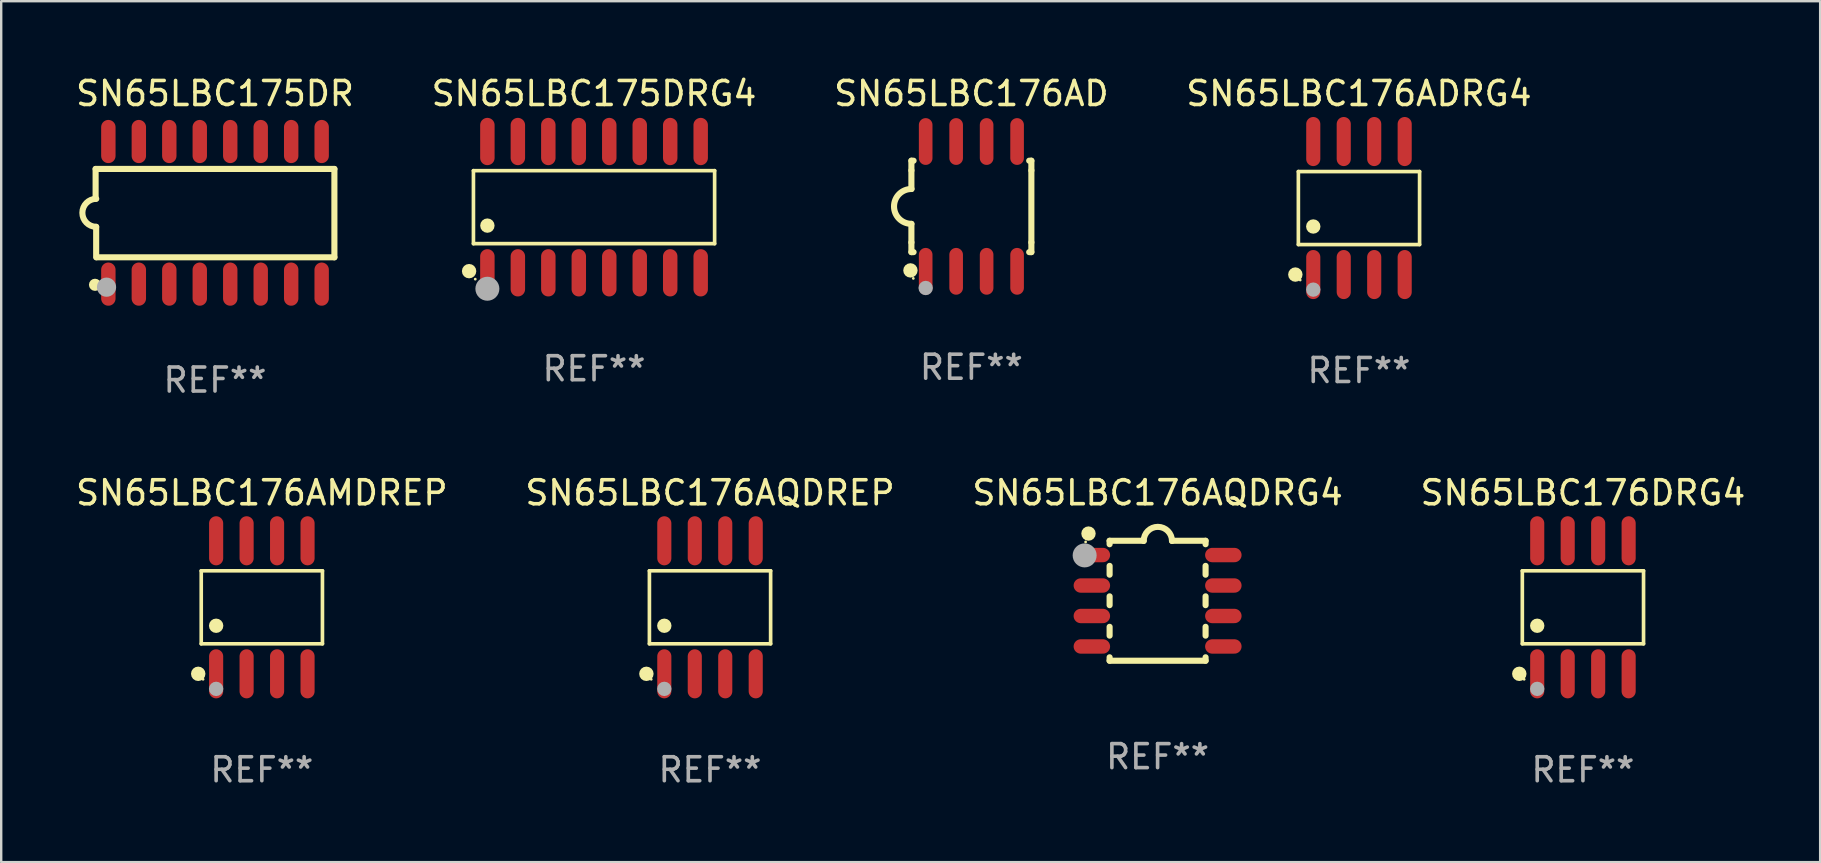
<source format=kicad_pcb>
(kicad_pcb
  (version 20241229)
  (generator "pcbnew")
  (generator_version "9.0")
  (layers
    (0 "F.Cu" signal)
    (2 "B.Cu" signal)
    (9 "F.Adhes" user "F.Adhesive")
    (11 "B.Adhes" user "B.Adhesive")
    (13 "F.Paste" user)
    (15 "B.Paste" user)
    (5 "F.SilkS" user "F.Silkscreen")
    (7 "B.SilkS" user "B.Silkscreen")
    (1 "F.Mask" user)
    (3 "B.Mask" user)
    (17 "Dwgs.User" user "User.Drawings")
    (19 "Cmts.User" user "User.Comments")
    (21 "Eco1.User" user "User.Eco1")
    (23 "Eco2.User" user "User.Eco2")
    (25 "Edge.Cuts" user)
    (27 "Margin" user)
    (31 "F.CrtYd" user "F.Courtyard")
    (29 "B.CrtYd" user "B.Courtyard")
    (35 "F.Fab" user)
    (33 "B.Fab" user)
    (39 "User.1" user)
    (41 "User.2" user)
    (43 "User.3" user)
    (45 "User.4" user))
  (footprint "SN65LBC176AQDRG4"
    (layer "F.Cu")
    (at 45.196 21.988)
    (property "Reference" "SN65LBC176AQDRG4" (at 0 -4.5 0) (layer "F.SilkS") (effects (font (size 1 1) (thickness 0.15))))
    (attr through_hole)
    (fp_line (start -2 -2.5) (end -2 -2.356) (stroke (width 0.254) (type solid)) (layer "F.SilkS"))
    (fp_line (start -2 -1.454) (end -2 -1.086) (stroke (width 0.254) (type solid)) (layer "F.SilkS"))
    (fp_line (start -2 -0.184) (end -2 0.184) (stroke (width 0.254) (type solid)) (layer "F.SilkS"))
    (fp_line (start -2 1.086) (end -2 1.454) (stroke (width 0.254) (type solid)) (layer "F.SilkS"))
    (fp_line (start -2 2.356) (end -2 2.5) (stroke (width 0.254) (type solid)) (layer "F.SilkS"))
    (fp_line (start -0.58 -2.5) (end -2 -2.5) (stroke (width 0.254) (type solid)) (layer "F.SilkS"))
    (fp_line (start 2 -2.5) (end 0.6 -2.5) (stroke (width 0.254) (type solid)) (layer "F.SilkS"))
    (fp_line (start 2 -2.5) (end 2 -2.356) (stroke (width 0.254) (type solid)) (layer "F.SilkS"))
    (fp_line (start 2 -1.454) (end 2 -1.086) (stroke (width 0.254) (type solid)) (layer "F.SilkS"))
    (fp_line (start 2 -0.184) (end 2 0.184) (stroke (width 0.254) (type solid)) (layer "F.SilkS"))
    (fp_line (start 2 1.086) (end 2 1.454) (stroke (width 0.254) (type solid)) (layer "F.SilkS"))
    (fp_line (start 2 2.356) (end 2 2.5) (stroke (width 0.254) (type solid)) (layer "F.SilkS"))
    (fp_line (start 2 2.5) (end -2 2.5) (stroke (width 0.254) (type solid)) (layer "F.SilkS"))
    (fp_arc (start -0.579908 -2.489992) (mid 0.010097 -3.07831) (end 0.600102 -2.489992) (stroke (width 0.254001) (type solid)) (layer "F.SilkS"))
    (fp_circle (center -3 -2.45) (end -2.97 -2.45) (stroke (width 0.06) (type solid)) (fill no) (layer "F.SilkS"))
    (fp_circle (center -2.88 -2.8) (end -2.73 -2.8) (stroke (width 0.3) (type solid)) (fill no) (layer "F.SilkS"))
    (fp_circle (center -3.04 -1.89) (end -2.79 -1.89) (stroke (width 0.5) (type solid)) (fill no) (layer "F.Fab"))
    (fp_text user "REF**" (at 0 6.5 0) (layer "F.Fab") (effects (font (size 1 1) (thickness 0.15))))
    (pad "1" smd oval (at -2.74 -1.905 90) (size 0.6 1.52) (layers "F.Cu" "F.Mask" "F.Paste"))
    (pad "2" smd oval (at -2.74 -0.635 90) (size 0.6 1.52) (layers "F.Cu" "F.Mask" "F.Paste"))
    (pad "3" smd oval (at -2.74 0.635 90) (size 0.6 1.52) (layers "F.Cu" "F.Mask" "F.Paste"))
    (pad "4" smd oval (at -2.74 1.905 90) (size 0.6 1.52) (layers "F.Cu" "F.Mask" "F.Paste"))
    (pad "5" smd oval (at 2.74 1.905 90) (size 0.6 1.52) (layers "F.Cu" "F.Mask" "F.Paste"))
    (pad "6" smd oval (at 2.74 0.635 90) (size 0.6 1.52) (layers "F.Cu" "F.Mask" "F.Paste"))
    (pad "7" smd oval (at 2.74 -0.635 90) (size 0.6 1.52) (layers "F.Cu" "F.Mask" "F.Paste"))
    (pad "8" smd oval (at 2.74 -1.905 90) (size 0.6 1.52) (layers "F.Cu" "F.Mask" "F.Paste")))
  (footprint "SN65LBC176ADRG4"
    (layer "F.Cu")
    (at 53.589 5.621)
    (property "Reference" "SN65LBC176ADRG4" (at 0 -4.772 0) (layer "F.SilkS") (effects (font (size 1 1) (thickness 0.15))))
    (attr through_hole)
    (fp_line (start -2.526 -1.521) (end 2.526 -1.521) (stroke (width 0.152) (type solid)) (layer "F.SilkS"))
    (fp_line (start -2.526 1.521) (end -2.526 -1.521) (stroke (width 0.152) (type solid)) (layer "F.SilkS"))
    (fp_line (start 2.526 -1.521) (end 2.526 1.521) (stroke (width 0.152) (type solid)) (layer "F.SilkS"))
    (fp_line (start 2.526 1.521) (end -2.526 1.521) (stroke (width 0.152) (type solid)) (layer "F.SilkS"))
    (fp_circle (center -2.652 2.772) (end -2.501 2.772) (stroke (width 0.3) (type solid)) (fill no) (layer "F.SilkS"))
    (fp_circle (center -2.45 3) (end -2.42 3) (stroke (width 0.06) (type solid)) (fill no) (layer "F.SilkS"))
    (fp_circle (center -1.905 0.769) (end -1.755 0.769) (stroke (width 0.3) (type solid)) (fill no) (layer "F.SilkS"))
    (fp_circle (center -1.905 3.4) (end -1.755 3.4) (stroke (width 0.3) (type solid)) (fill no) (layer "F.Fab"))
    (fp_text user "REF**" (at 0 6.772 0) (layer "F.Fab") (effects (font (size 1 1) (thickness 0.15))))
    (pad "1" smd oval (at -1.905 2.772) (size 0.588 2.045) (layers "F.Cu" "F.Mask" "F.Paste"))
    (pad "2" smd oval (at -0.635 2.772) (size 0.588 2.045) (layers "F.Cu" "F.Mask" "F.Paste"))
    (pad "3" smd oval (at 0.635 2.772) (size 0.588 2.045) (layers "F.Cu" "F.Mask" "F.Paste"))
    (pad "4" smd oval (at 1.905 2.772) (size 0.588 2.045) (layers "F.Cu" "F.Mask" "F.Paste"))
    (pad "5" smd oval (at 1.905 -2.772) (size 0.588 2.045) (layers "F.Cu" "F.Mask" "F.Paste"))
    (pad "6" smd oval (at 0.635 -2.772) (size 0.588 2.045) (layers "F.Cu" "F.Mask" "F.Paste"))
    (pad "7" smd oval (at -0.635 -2.772) (size 0.588 2.045) (layers "F.Cu" "F.Mask" "F.Paste"))
    (pad "8" smd oval (at -1.905 -2.772) (size 0.588 2.045) (layers "F.Cu" "F.Mask" "F.Paste")))
  (footprint "SN65LBC176AD"
    (layer "F.Cu")
    (at 37.435 5.553)
    (property "Reference" "SN65LBC176AD" (at 0 -4.705 0) (layer "F.SilkS") (effects (font (size 1 1) (thickness 0.15))))
    (attr through_hole)
    (fp_line (start -2.5 -1.905) (end -2.409 -1.905) (stroke (width 0.254) (type solid)) (layer "F.SilkS"))
    (fp_line (start -2.5 -1.5) (end -2.5 -1.905) (stroke (width 0.254) (type solid)) (layer "F.SilkS"))
    (fp_line (start -2.5 -1.5) (end -2.5 -0.726) (stroke (width 0.254) (type solid)) (layer "F.SilkS"))
    (fp_line (start -2.5 1.5) (end -2.5 0.727) (stroke (width 0.254) (type solid)) (layer "F.SilkS"))
    (fp_line (start -2.5 1.5) (end -2.5 1.905) (stroke (width 0.254) (type solid)) (layer "F.SilkS"))
    (fp_line (start -2.5 1.905) (end -2.409 1.905) (stroke (width 0.254) (type solid)) (layer "F.SilkS"))
    (fp_line (start 2.5 -1.905) (end 2.409 -1.905) (stroke (width 0.254) (type solid)) (layer "F.SilkS"))
    (fp_line (start 2.5 -1.5) (end 2.5 -1.905) (stroke (width 0.254) (type solid)) (layer "F.SilkS"))
    (fp_line (start 2.5 -1.5) (end 2.5 1.5) (stroke (width 0.254) (type solid)) (layer "F.SilkS"))
    (fp_line (start 2.5 1.5) (end 2.5 1.905) (stroke (width 0.254) (type solid)) (layer "F.SilkS"))
    (fp_line (start 2.5 1.905) (end 2.409 1.905) (stroke (width 0.254) (type solid)) (layer "F.SilkS"))
    (fp_arc (start -2.5 0.726568) (mid -3.220316 -0.0023) (end -2.495097 -0.726289) (stroke (width 0.254001) (type solid)) (layer "F.SilkS"))
    (fp_circle (center -2.54 2.667) (end -2.39 2.667) (stroke (width 0.3) (type solid)) (fill no) (layer "F.SilkS"))
    (fp_circle (center -2.42 3) (end -2.39 3) (stroke (width 0.06) (type solid)) (fill no) (layer "F.SilkS"))
    (fp_circle (center -1.905 3.4) (end -1.755 3.4) (stroke (width 0.3) (type solid)) (fill no) (layer "F.Fab"))
    (fp_text user "REF**" (at 0 6.705 0) (layer "F.Fab") (effects (font (size 1 1) (thickness 0.15))))
    (pad "1" smd oval (at -1.905 2.705) (size 0.568 1.95) (layers "F.Cu" "F.Mask" "F.Paste"))
    (pad "2" smd oval (at -0.635 2.705) (size 0.568 1.95) (layers "F.Cu" "F.Mask" "F.Paste"))
    (pad "3" smd oval (at 0.635 2.705) (size 0.568 1.95) (layers "F.Cu" "F.Mask" "F.Paste"))
    (pad "4" smd oval (at 1.905 2.705) (size 0.568 1.95) (layers "F.Cu" "F.Mask" "F.Paste"))
    (pad "5" smd oval (at 1.905 -2.705) (size 0.568 1.95) (layers "F.Cu" "F.Mask" "F.Paste"))
    (pad "6" smd oval (at 0.635 -2.705) (size 0.568 1.95) (layers "F.Cu" "F.Mask" "F.Paste"))
    (pad "7" smd oval (at -0.635 -2.705) (size 0.568 1.95) (layers "F.Cu" "F.Mask" "F.Paste"))
    (pad "8" smd oval (at -1.905 -2.705) (size 0.568 1.95) (layers "F.Cu" "F.Mask" "F.Paste")))
  (footprint "SN65LBC175DRG4"
    (layer "F.Cu")
    (at 21.708 5.584)
    (property "Reference" "SN65LBC175DRG4" (at 0 -4.736 0) (layer "F.SilkS") (effects (font (size 1 1) (thickness 0.15))))
    (attr through_hole)
    (fp_line (start -5.026 -1.521) (end 5.026 -1.521) (stroke (width 0.152) (type solid)) (layer "F.SilkS"))
    (fp_line (start -5.026 1.521) (end -5.026 -1.521) (stroke (width 0.152) (type solid)) (layer "F.SilkS"))
    (fp_line (start 5.026 -1.521) (end 5.026 1.521) (stroke (width 0.152) (type solid)) (layer "F.SilkS"))
    (fp_line (start 5.026 1.521) (end -5.026 1.521) (stroke (width 0.152) (type solid)) (layer "F.SilkS"))
    (fp_circle (center -5.207 2.667) (end -5.057 2.667) (stroke (width 0.3) (type solid)) (fill no) (layer "F.SilkS"))
    (fp_circle (center -4.95 3) (end -4.92 3) (stroke (width 0.06) (type solid)) (fill no) (layer "F.SilkS"))
    (fp_circle (center -4.445 0.769) (end -4.295 0.769) (stroke (width 0.3) (type solid)) (fill no) (layer "F.SilkS"))
    (fp_circle (center -4.445 3.4) (end -4.195 3.4) (stroke (width 0.5) (type solid)) (fill no) (layer "F.Fab"))
    (fp_text user "REF**" (at 0 6.736 0) (layer "F.Fab") (effects (font (size 1 1) (thickness 0.15))))
    (pad "1" smd oval (at -4.445 2.736) (size 0.602 1.971) (layers "F.Cu" "F.Mask" "F.Paste"))
    (pad "2" smd oval (at -3.175 2.736) (size 0.602 1.971) (layers "F.Cu" "F.Mask" "F.Paste"))
    (pad "3" smd oval (at -1.905 2.736) (size 0.602 1.971) (layers "F.Cu" "F.Mask" "F.Paste"))
    (pad "4" smd oval (at -0.635 2.736) (size 0.602 1.971) (layers "F.Cu" "F.Mask" "F.Paste"))
    (pad "5" smd oval (at 0.635 2.736) (size 0.602 1.971) (layers "F.Cu" "F.Mask" "F.Paste"))
    (pad "6" smd oval (at 1.905 2.736) (size 0.602 1.971) (layers "F.Cu" "F.Mask" "F.Paste"))
    (pad "7" smd oval (at 3.175 2.736) (size 0.602 1.971) (layers "F.Cu" "F.Mask" "F.Paste"))
    (pad "8" smd oval (at 4.445 2.736) (size 0.602 1.971) (layers "F.Cu" "F.Mask" "F.Paste"))
    (pad "9" smd oval (at 4.445 -2.736) (size 0.602 1.971) (layers "F.Cu" "F.Mask" "F.Paste"))
    (pad "10" smd oval (at 3.175 -2.736) (size 0.602 1.971) (layers "F.Cu" "F.Mask" "F.Paste"))
    (pad "11" smd oval (at 1.905 -2.736) (size 0.602 1.971) (layers "F.Cu" "F.Mask" "F.Paste"))
    (pad "12" smd oval (at 0.635 -2.736) (size 0.602 1.971) (layers "F.Cu" "F.Mask" "F.Paste"))
    (pad "13" smd oval (at -0.635 -2.736) (size 0.602 1.971) (layers "F.Cu" "F.Mask" "F.Paste"))
    (pad "14" smd oval (at -1.905 -2.736) (size 0.602 1.971) (layers "F.Cu" "F.Mask" "F.Paste"))
    (pad "15" smd oval (at -3.175 -2.736) (size 0.602 1.971) (layers "F.Cu" "F.Mask" "F.Paste"))
    (pad "16" smd oval (at -4.445 -2.736) (size 0.602 1.971) (layers "F.Cu" "F.Mask" "F.Paste")))
  (footprint "SN65LBC176AQDREP"
    (layer "F.Cu")
    (at 26.542 22.261)
    (property "Reference" "SN65LBC176AQDREP" (at 0 -4.772 0) (layer "F.SilkS") (effects (font (size 1 1) (thickness 0.15))))
    (attr through_hole)
    (fp_line (start -2.526 -1.521) (end 2.526 -1.521) (stroke (width 0.152) (type solid)) (layer "F.SilkS"))
    (fp_line (start -2.526 1.521) (end -2.526 -1.521) (stroke (width 0.152) (type solid)) (layer "F.SilkS"))
    (fp_line (start 2.526 -1.521) (end 2.526 1.521) (stroke (width 0.152) (type solid)) (layer "F.SilkS"))
    (fp_line (start 2.526 1.521) (end -2.526 1.521) (stroke (width 0.152) (type solid)) (layer "F.SilkS"))
    (fp_circle (center -2.652 2.772) (end -2.501 2.772) (stroke (width 0.3) (type solid)) (fill no) (layer "F.SilkS"))
    (fp_circle (center -2.45 3) (end -2.42 3) (stroke (width 0.06) (type solid)) (fill no) (layer "F.SilkS"))
    (fp_circle (center -1.905 0.769) (end -1.755 0.769) (stroke (width 0.3) (type solid)) (fill no) (layer "F.SilkS"))
    (fp_circle (center -1.905 3.4) (end -1.755 3.4) (stroke (width 0.3) (type solid)) (fill no) (layer "F.Fab"))
    (fp_text user "REF**" (at 0 6.772 0) (layer "F.Fab") (effects (font (size 1 1) (thickness 0.15))))
    (pad "1" smd oval (at -1.905 2.772) (size 0.588 2.045) (layers "F.Cu" "F.Mask" "F.Paste"))
    (pad "2" smd oval (at -0.635 2.772) (size 0.588 2.045) (layers "F.Cu" "F.Mask" "F.Paste"))
    (pad "3" smd oval (at 0.635 2.772) (size 0.588 2.045) (layers "F.Cu" "F.Mask" "F.Paste"))
    (pad "4" smd oval (at 1.905 2.772) (size 0.588 2.045) (layers "F.Cu" "F.Mask" "F.Paste"))
    (pad "5" smd oval (at 1.905 -2.772) (size 0.588 2.045) (layers "F.Cu" "F.Mask" "F.Paste"))
    (pad "6" smd oval (at 0.635 -2.772) (size 0.588 2.045) (layers "F.Cu" "F.Mask" "F.Paste"))
    (pad "7" smd oval (at -0.635 -2.772) (size 0.588 2.045) (layers "F.Cu" "F.Mask" "F.Paste"))
    (pad "8" smd oval (at -1.905 -2.772) (size 0.588 2.045) (layers "F.Cu" "F.Mask" "F.Paste")))
  (footprint "SN65LBC176AMDREP"
    (layer "F.Cu")
    (at 7.863 22.261)
    (property "Reference" "SN65LBC176AMDREP" (at 0 -4.772 0) (layer "F.SilkS") (effects (font (size 1 1) (thickness 0.15))))
    (attr through_hole)
    (fp_line (start -2.526 -1.521) (end 2.526 -1.521) (stroke (width 0.152) (type solid)) (layer "F.SilkS"))
    (fp_line (start -2.526 1.521) (end -2.526 -1.521) (stroke (width 0.152) (type solid)) (layer "F.SilkS"))
    (fp_line (start 2.526 -1.521) (end 2.526 1.521) (stroke (width 0.152) (type solid)) (layer "F.SilkS"))
    (fp_line (start 2.526 1.521) (end -2.526 1.521) (stroke (width 0.152) (type solid)) (layer "F.SilkS"))
    (fp_circle (center -2.652 2.772) (end -2.501 2.772) (stroke (width 0.3) (type solid)) (fill no) (layer "F.SilkS"))
    (fp_circle (center -2.45 3) (end -2.42 3) (stroke (width 0.06) (type solid)) (fill no) (layer "F.SilkS"))
    (fp_circle (center -1.905 0.769) (end -1.755 0.769) (stroke (width 0.3) (type solid)) (fill no) (layer "F.SilkS"))
    (fp_circle (center -1.905 3.4) (end -1.755 3.4) (stroke (width 0.3) (type solid)) (fill no) (layer "F.Fab"))
    (fp_text user "REF**" (at 0 6.772 0) (layer "F.Fab") (effects (font (size 1 1) (thickness 0.15))))
    (pad "1" smd oval (at -1.905 2.772) (size 0.588 2.045) (layers "F.Cu" "F.Mask" "F.Paste"))
    (pad "2" smd oval (at -0.635 2.772) (size 0.588 2.045) (layers "F.Cu" "F.Mask" "F.Paste"))
    (pad "3" smd oval (at 0.635 2.772) (size 0.588 2.045) (layers "F.Cu" "F.Mask" "F.Paste"))
    (pad "4" smd oval (at 1.905 2.772) (size 0.588 2.045) (layers "F.Cu" "F.Mask" "F.Paste"))
    (pad "5" smd oval (at 1.905 -2.772) (size 0.588 2.045) (layers "F.Cu" "F.Mask" "F.Paste"))
    (pad "6" smd oval (at 0.635 -2.772) (size 0.588 2.045) (layers "F.Cu" "F.Mask" "F.Paste"))
    (pad "7" smd oval (at -0.635 -2.772) (size 0.588 2.045) (layers "F.Cu" "F.Mask" "F.Paste"))
    (pad "8" smd oval (at -1.905 -2.772) (size 0.588 2.045) (layers "F.Cu" "F.Mask" "F.Paste")))
  (footprint "SN65LBC176DRG4"
    (layer "F.Cu")
    (at 62.923 22.261)
    (property "Reference" "SN65LBC176DRG4" (at 0 -4.772 0) (layer "F.SilkS") (effects (font (size 1 1) (thickness 0.15))))
    (attr through_hole)
    (fp_line (start -2.526 -1.521) (end 2.526 -1.521) (stroke (width 0.152) (type solid)) (layer "F.SilkS"))
    (fp_line (start -2.526 1.521) (end -2.526 -1.521) (stroke (width 0.152) (type solid)) (layer "F.SilkS"))
    (fp_line (start 2.526 -1.521) (end 2.526 1.521) (stroke (width 0.152) (type solid)) (layer "F.SilkS"))
    (fp_line (start 2.526 1.521) (end -2.526 1.521) (stroke (width 0.152) (type solid)) (layer "F.SilkS"))
    (fp_circle (center -2.652 2.772) (end -2.501 2.772) (stroke (width 0.3) (type solid)) (fill no) (layer "F.SilkS"))
    (fp_circle (center -2.45 3) (end -2.42 3) (stroke (width 0.06) (type solid)) (fill no) (layer "F.SilkS"))
    (fp_circle (center -1.905 0.769) (end -1.755 0.769) (stroke (width 0.3) (type solid)) (fill no) (layer "F.SilkS"))
    (fp_circle (center -1.905 3.4) (end -1.755 3.4) (stroke (width 0.3) (type solid)) (fill no) (layer "F.Fab"))
    (fp_text user "REF**" (at 0 6.772 0) (layer "F.Fab") (effects (font (size 1 1) (thickness 0.15))))
    (pad "1" smd oval (at -1.905 2.772) (size 0.588 2.045) (layers "F.Cu" "F.Mask" "F.Paste"))
    (pad "2" smd oval (at -0.635 2.772) (size 0.588 2.045) (layers "F.Cu" "F.Mask" "F.Paste"))
    (pad "3" smd oval (at 0.635 2.772) (size 0.588 2.045) (layers "F.Cu" "F.Mask" "F.Paste"))
    (pad "4" smd oval (at 1.905 2.772) (size 0.588 2.045) (layers "F.Cu" "F.Mask" "F.Paste"))
    (pad "5" smd oval (at 1.905 -2.772) (size 0.588 2.045) (layers "F.Cu" "F.Mask" "F.Paste"))
    (pad "6" smd oval (at 0.635 -2.772) (size 0.588 2.045) (layers "F.Cu" "F.Mask" "F.Paste"))
    (pad "7" smd oval (at -0.635 -2.772) (size 0.588 2.045) (layers "F.Cu" "F.Mask" "F.Paste"))
    (pad "8" smd oval (at -1.905 -2.772) (size 0.588 2.045) (layers "F.Cu" "F.Mask" "F.Paste")))
  (footprint "SN65LBC175DR"
    (layer "F.Cu")
    (at 5.911 5.82)
    (property "Reference" "SN65LBC175DR" (at 0 -4.972 0) (layer "F.SilkS") (effects (font (size 1 1) (thickness 0.15))))
    (attr through_hole)
    (fp_line (start -4.976 -1.829) (end -4.976 -0.584) (stroke (width 0.254) (type solid)) (layer "F.SilkS"))
    (fp_line (start -4.953 0.584) (end -4.953 1.854) (stroke (width 0.254) (type solid)) (layer "F.SilkS"))
    (fp_line (start -4.928 1.854) (end 4.976 1.854) (stroke (width 0.254) (type solid)) (layer "F.SilkS"))
    (fp_line (start 4.976 -1.829) (end -4.976 -1.829) (stroke (width 0.254) (type solid)) (layer "F.SilkS"))
    (fp_line (start 4.976 1.854) (end 4.976 -1.829) (stroke (width 0.254) (type solid)) (layer "F.SilkS"))
    (fp_arc (start -4.95301 0.584201) (mid -5.533866 -0.00152) (end -4.950088 -0.584329) (stroke (width 0.254001) (type solid)) (layer "F.SilkS"))
    (fp_circle (center -5 3) (end -4.873 3) (stroke (width 0.254) (type solid)) (fill no) (layer "F.SilkS"))
    (fp_circle (center -4.521 3.099) (end -4.321 3.099) (stroke (width 0.4) (type solid)) (fill no) (layer "F.Fab"))
    (fp_text user "REF**" (at 0 6.972 0) (layer "F.Fab") (effects (font (size 1 1) (thickness 0.15))))
    (pad "1" smd oval (at -4.445 2.972 180) (size 0.6 1.8) (layers "F.Cu" "F.Mask" "F.Paste"))
    (pad "2" smd oval (at -3.175 2.972 180) (size 0.6 1.8) (layers "F.Cu" "F.Mask" "F.Paste"))
    (pad "3" smd oval (at -1.905 2.972 180) (size 0.6 1.8) (layers "F.Cu" "F.Mask" "F.Paste"))
    (pad "4" smd oval (at -0.635 2.972 180) (size 0.6 1.8) (layers "F.Cu" "F.Mask" "F.Paste"))
    (pad "5" smd oval (at 0.635 2.972 180) (size 0.6 1.8) (layers "F.Cu" "F.Mask" "F.Paste"))
    (pad "6" smd oval (at 1.905 2.972 180) (size 0.6 1.8) (layers "F.Cu" "F.Mask" "F.Paste"))
    (pad "7" smd oval (at 3.175 2.972 180) (size 0.6 1.8) (layers "F.Cu" "F.Mask" "F.Paste"))
    (pad "8" smd oval (at 4.445 2.972 180) (size 0.6 1.8) (layers "F.Cu" "F.Mask" "F.Paste"))
    (pad "9" smd oval (at 4.445 -2.972 180) (size 0.6 1.8) (layers "F.Cu" "F.Mask" "F.Paste"))
    (pad "10" smd oval (at 3.175 -2.972 180) (size 0.6 1.8) (layers "F.Cu" "F.Mask" "F.Paste"))
    (pad "11" smd oval (at 1.905 -2.972 180) (size 0.6 1.8) (layers "F.Cu" "F.Mask" "F.Paste"))
    (pad "12" smd oval (at 0.635 -2.972 180) (size 0.6 1.8) (layers "F.Cu" "F.Mask" "F.Paste"))
    (pad "13" smd oval (at -0.635 -2.972 180) (size 0.6 1.8) (layers "F.Cu" "F.Mask" "F.Paste"))
    (pad "14" smd oval (at -1.905 -2.972 180) (size 0.6 1.8) (layers "F.Cu" "F.Mask" "F.Paste"))
    (pad "15" smd oval (at -3.175 -2.972 180) (size 0.6 1.8) (layers "F.Cu" "F.Mask" "F.Paste"))
    (pad "16" smd oval (at -4.445 -2.972 180) (size 0.6 1.8) (layers "F.Cu" "F.Mask" "F.Paste")))
  (gr_rect
    (start -3 -3)
    (end 72.81 32.881)
    (stroke (width 0.1) (type default))
    (fill no)
    (layer "Edge.Cuts")))
</source>
